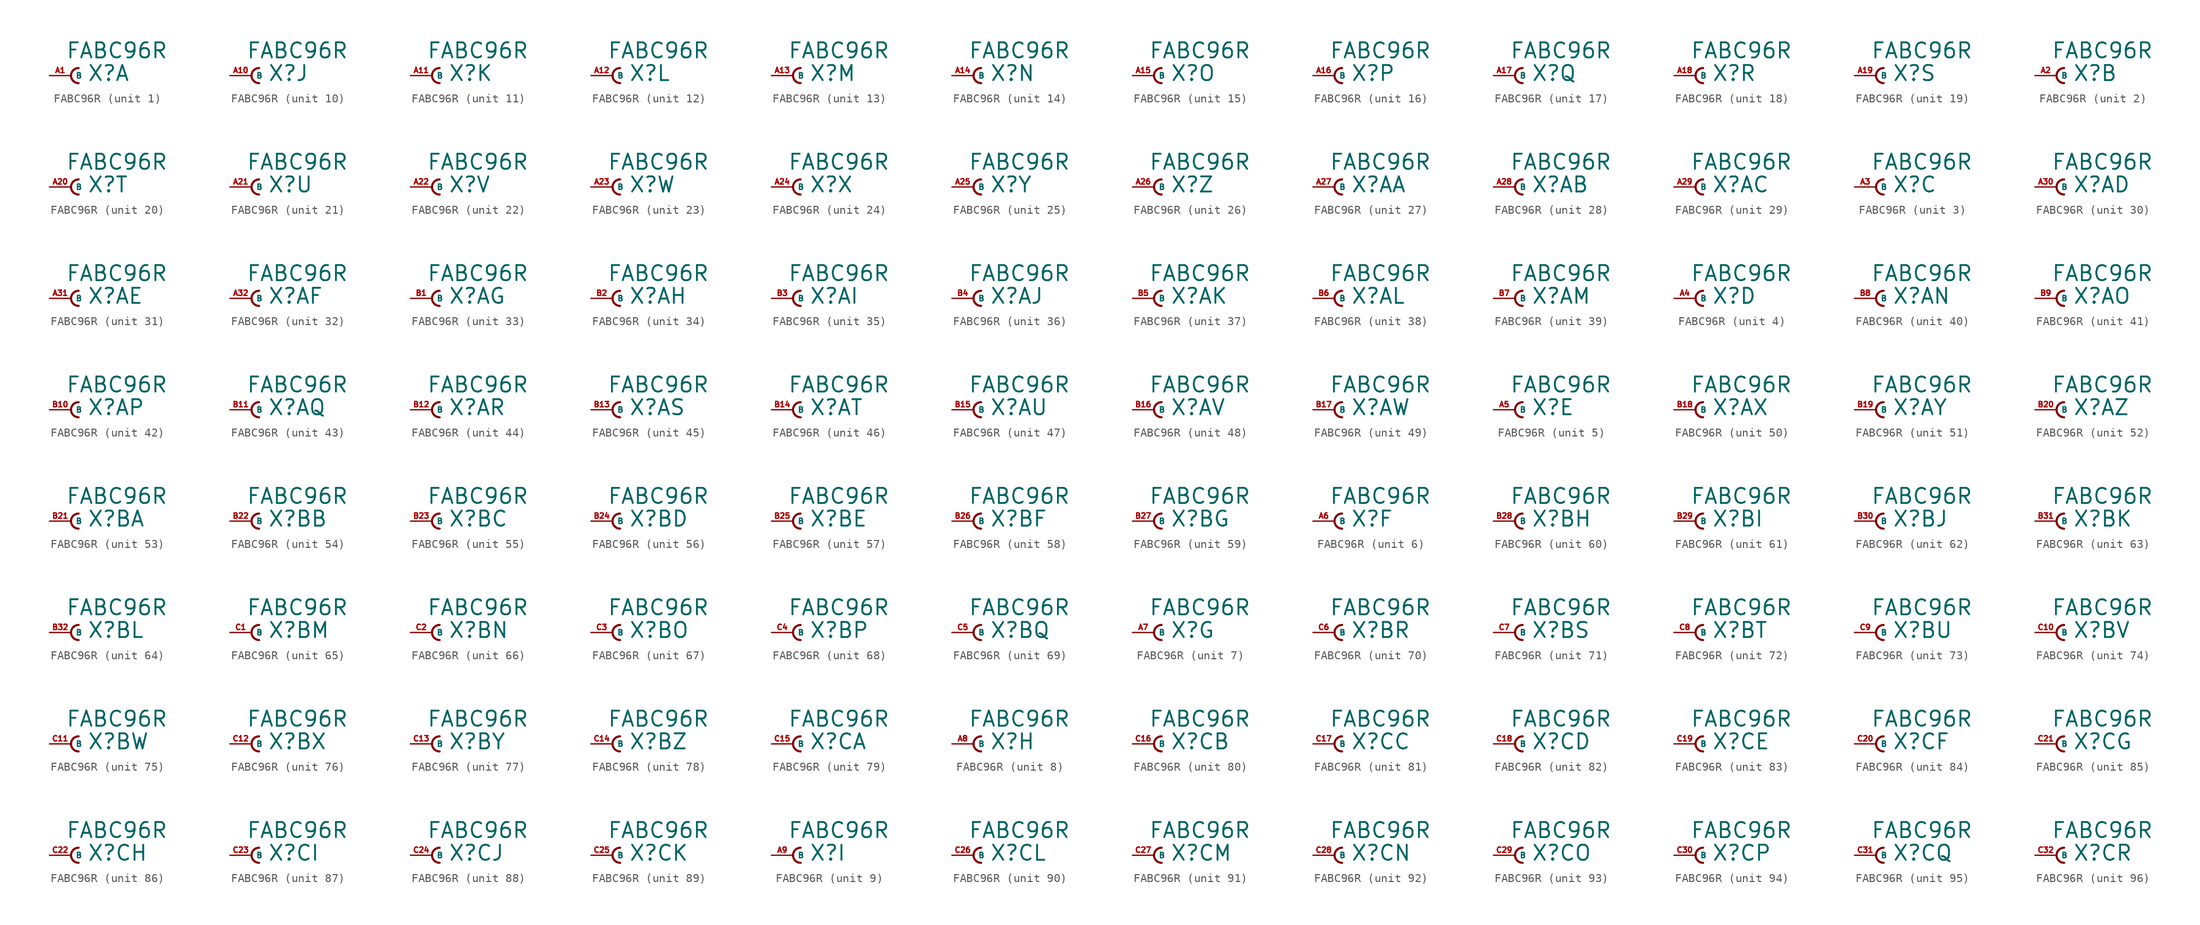
<source format=kicad_sym>
(kicad_symbol_lib
  (version 20220914)
  (generator Eagle2Kicad)
  (symbol "FABC96R"
    (property "Reference" "X"
      (at 1.905 -0.762 0)
      (effects (font (size 1.778 1.778) (thickness 0.22)) (justify left bottom)))
    (property "Value" "FABC96R"
      (at -0.635 1.905 0)
      (effects (font (size 1.778 1.778) (thickness 0.22)) (justify left bottom)))
    (symbol "FABC96R_1_0"
      (arc (start 0.889 0.889) (mid 0.000 0.000) (end 0.889 -0.889) (stroke (width 0.254) (type default)) (fill (type none)))
      (pin passive line (at -2.54 0 0) (length 2.54) (name "B" (effects (font (size 0.635 0.635) (thickness 0.08)) (justify left bottom))) (number "A1" (effects (font (size 0.635 0.635) (thickness 0.08)) (justify left bottom)))))
    (symbol "FABC96R_2_0"
      (arc (start 0.889 0.889) (mid 0.000 0.000) (end 0.889 -0.889) (stroke (width 0.254) (type default)) (fill (type none)))
      (pin passive line (at -2.54 0 0) (length 2.54) (name "B" (effects (font (size 0.635 0.635) (thickness 0.08)) (justify left bottom))) (number "A2" (effects (font (size 0.635 0.635) (thickness 0.08)) (justify left bottom)))))
    (symbol "FABC96R_3_0"
      (arc (start 0.889 0.889) (mid 0.000 0.000) (end 0.889 -0.889) (stroke (width 0.254) (type default)) (fill (type none)))
      (pin passive line (at -2.54 0 0) (length 2.54) (name "B" (effects (font (size 0.635 0.635) (thickness 0.08)) (justify left bottom))) (number "A3" (effects (font (size 0.635 0.635) (thickness 0.08)) (justify left bottom)))))
    (symbol "FABC96R_4_0"
      (arc (start 0.889 0.889) (mid 0.000 0.000) (end 0.889 -0.889) (stroke (width 0.254) (type default)) (fill (type none)))
      (pin passive line (at -2.54 0 0) (length 2.54) (name "B" (effects (font (size 0.635 0.635) (thickness 0.08)) (justify left bottom))) (number "A4" (effects (font (size 0.635 0.635) (thickness 0.08)) (justify left bottom)))))
    (symbol "FABC96R_5_0"
      (arc (start 0.889 0.889) (mid 0.000 0.000) (end 0.889 -0.889) (stroke (width 0.254) (type default)) (fill (type none)))
      (pin passive line (at -2.54 0 0) (length 2.54) (name "B" (effects (font (size 0.635 0.635) (thickness 0.08)) (justify left bottom))) (number "A5" (effects (font (size 0.635 0.635) (thickness 0.08)) (justify left bottom)))))
    (symbol "FABC96R_6_0"
      (arc (start 0.889 0.889) (mid 0.000 0.000) (end 0.889 -0.889) (stroke (width 0.254) (type default)) (fill (type none)))
      (pin passive line (at -2.54 0 0) (length 2.54) (name "B" (effects (font (size 0.635 0.635) (thickness 0.08)) (justify left bottom))) (number "A6" (effects (font (size 0.635 0.635) (thickness 0.08)) (justify left bottom)))))
    (symbol "FABC96R_7_0"
      (arc (start 0.889 0.889) (mid 0.000 0.000) (end 0.889 -0.889) (stroke (width 0.254) (type default)) (fill (type none)))
      (pin passive line (at -2.54 0 0) (length 2.54) (name "B" (effects (font (size 0.635 0.635) (thickness 0.08)) (justify left bottom))) (number "A7" (effects (font (size 0.635 0.635) (thickness 0.08)) (justify left bottom)))))
    (symbol "FABC96R_8_0"
      (arc (start 0.889 0.889) (mid 0.000 0.000) (end 0.889 -0.889) (stroke (width 0.254) (type default)) (fill (type none)))
      (pin passive line (at -2.54 0 0) (length 2.54) (name "B" (effects (font (size 0.635 0.635) (thickness 0.08)) (justify left bottom))) (number "A8" (effects (font (size 0.635 0.635) (thickness 0.08)) (justify left bottom)))))
    (symbol "FABC96R_9_0"
      (arc (start 0.889 0.889) (mid 0.000 0.000) (end 0.889 -0.889) (stroke (width 0.254) (type default)) (fill (type none)))
      (pin passive line (at -2.54 0 0) (length 2.54) (name "B" (effects (font (size 0.635 0.635) (thickness 0.08)) (justify left bottom))) (number "A9" (effects (font (size 0.635 0.635) (thickness 0.08)) (justify left bottom)))))
    (symbol "FABC96R_10_0"
      (arc (start 0.889 0.889) (mid 0.000 0.000) (end 0.889 -0.889) (stroke (width 0.254) (type default)) (fill (type none)))
      (pin passive line (at -2.54 0 0) (length 2.54) (name "B" (effects (font (size 0.635 0.635) (thickness 0.08)) (justify left bottom))) (number "A10" (effects (font (size 0.635 0.635) (thickness 0.08)) (justify left bottom)))))
    (symbol "FABC96R_11_0"
      (arc (start 0.889 0.889) (mid 0.000 0.000) (end 0.889 -0.889) (stroke (width 0.254) (type default)) (fill (type none)))
      (pin passive line (at -2.54 0 0) (length 2.54) (name "B" (effects (font (size 0.635 0.635) (thickness 0.08)) (justify left bottom))) (number "A11" (effects (font (size 0.635 0.635) (thickness 0.08)) (justify left bottom)))))
    (symbol "FABC96R_12_0"
      (arc (start 0.889 0.889) (mid 0.000 0.000) (end 0.889 -0.889) (stroke (width 0.254) (type default)) (fill (type none)))
      (pin passive line (at -2.54 0 0) (length 2.54) (name "B" (effects (font (size 0.635 0.635) (thickness 0.08)) (justify left bottom))) (number "A12" (effects (font (size 0.635 0.635) (thickness 0.08)) (justify left bottom)))))
    (symbol "FABC96R_13_0"
      (arc (start 0.889 0.889) (mid 0.000 0.000) (end 0.889 -0.889) (stroke (width 0.254) (type default)) (fill (type none)))
      (pin passive line (at -2.54 0 0) (length 2.54) (name "B" (effects (font (size 0.635 0.635) (thickness 0.08)) (justify left bottom))) (number "A13" (effects (font (size 0.635 0.635) (thickness 0.08)) (justify left bottom)))))
    (symbol "FABC96R_14_0"
      (arc (start 0.889 0.889) (mid 0.000 0.000) (end 0.889 -0.889) (stroke (width 0.254) (type default)) (fill (type none)))
      (pin passive line (at -2.54 0 0) (length 2.54) (name "B" (effects (font (size 0.635 0.635) (thickness 0.08)) (justify left bottom))) (number "A14" (effects (font (size 0.635 0.635) (thickness 0.08)) (justify left bottom)))))
    (symbol "FABC96R_15_0"
      (arc (start 0.889 0.889) (mid 0.000 0.000) (end 0.889 -0.889) (stroke (width 0.254) (type default)) (fill (type none)))
      (pin passive line (at -2.54 0 0) (length 2.54) (name "B" (effects (font (size 0.635 0.635) (thickness 0.08)) (justify left bottom))) (number "A15" (effects (font (size 0.635 0.635) (thickness 0.08)) (justify left bottom)))))
    (symbol "FABC96R_16_0"
      (arc (start 0.889 0.889) (mid 0.000 0.000) (end 0.889 -0.889) (stroke (width 0.254) (type default)) (fill (type none)))
      (pin passive line (at -2.54 0 0) (length 2.54) (name "B" (effects (font (size 0.635 0.635) (thickness 0.08)) (justify left bottom))) (number "A16" (effects (font (size 0.635 0.635) (thickness 0.08)) (justify left bottom)))))
    (symbol "FABC96R_17_0"
      (arc (start 0.889 0.889) (mid 0.000 0.000) (end 0.889 -0.889) (stroke (width 0.254) (type default)) (fill (type none)))
      (pin passive line (at -2.54 0 0) (length 2.54) (name "B" (effects (font (size 0.635 0.635) (thickness 0.08)) (justify left bottom))) (number "A17" (effects (font (size 0.635 0.635) (thickness 0.08)) (justify left bottom)))))
    (symbol "FABC96R_18_0"
      (arc (start 0.889 0.889) (mid 0.000 0.000) (end 0.889 -0.889) (stroke (width 0.254) (type default)) (fill (type none)))
      (pin passive line (at -2.54 0 0) (length 2.54) (name "B" (effects (font (size 0.635 0.635) (thickness 0.08)) (justify left bottom))) (number "A18" (effects (font (size 0.635 0.635) (thickness 0.08)) (justify left bottom)))))
    (symbol "FABC96R_19_0"
      (arc (start 0.889 0.889) (mid 0.000 0.000) (end 0.889 -0.889) (stroke (width 0.254) (type default)) (fill (type none)))
      (pin passive line (at -2.54 0 0) (length 2.54) (name "B" (effects (font (size 0.635 0.635) (thickness 0.08)) (justify left bottom))) (number "A19" (effects (font (size 0.635 0.635) (thickness 0.08)) (justify left bottom)))))
    (symbol "FABC96R_20_0"
      (arc (start 0.889 0.889) (mid 0.000 0.000) (end 0.889 -0.889) (stroke (width 0.254) (type default)) (fill (type none)))
      (pin passive line (at -2.54 0 0) (length 2.54) (name "B" (effects (font (size 0.635 0.635) (thickness 0.08)) (justify left bottom))) (number "A20" (effects (font (size 0.635 0.635) (thickness 0.08)) (justify left bottom)))))
    (symbol "FABC96R_21_0"
      (arc (start 0.889 0.889) (mid 0.000 0.000) (end 0.889 -0.889) (stroke (width 0.254) (type default)) (fill (type none)))
      (pin passive line (at -2.54 0 0) (length 2.54) (name "B" (effects (font (size 0.635 0.635) (thickness 0.08)) (justify left bottom))) (number "A21" (effects (font (size 0.635 0.635) (thickness 0.08)) (justify left bottom)))))
    (symbol "FABC96R_22_0"
      (arc (start 0.889 0.889) (mid 0.000 0.000) (end 0.889 -0.889) (stroke (width 0.254) (type default)) (fill (type none)))
      (pin passive line (at -2.54 0 0) (length 2.54) (name "B" (effects (font (size 0.635 0.635) (thickness 0.08)) (justify left bottom))) (number "A22" (effects (font (size 0.635 0.635) (thickness 0.08)) (justify left bottom)))))
    (symbol "FABC96R_23_0"
      (arc (start 0.889 0.889) (mid 0.000 0.000) (end 0.889 -0.889) (stroke (width 0.254) (type default)) (fill (type none)))
      (pin passive line (at -2.54 0 0) (length 2.54) (name "B" (effects (font (size 0.635 0.635) (thickness 0.08)) (justify left bottom))) (number "A23" (effects (font (size 0.635 0.635) (thickness 0.08)) (justify left bottom)))))
    (symbol "FABC96R_24_0"
      (arc (start 0.889 0.889) (mid 0.000 0.000) (end 0.889 -0.889) (stroke (width 0.254) (type default)) (fill (type none)))
      (pin passive line (at -2.54 0 0) (length 2.54) (name "B" (effects (font (size 0.635 0.635) (thickness 0.08)) (justify left bottom))) (number "A24" (effects (font (size 0.635 0.635) (thickness 0.08)) (justify left bottom)))))
    (symbol "FABC96R_25_0"
      (arc (start 0.889 0.889) (mid 0.000 0.000) (end 0.889 -0.889) (stroke (width 0.254) (type default)) (fill (type none)))
      (pin passive line (at -2.54 0 0) (length 2.54) (name "B" (effects (font (size 0.635 0.635) (thickness 0.08)) (justify left bottom))) (number "A25" (effects (font (size 0.635 0.635) (thickness 0.08)) (justify left bottom)))))
    (symbol "FABC96R_26_0"
      (arc (start 0.889 0.889) (mid 0.000 0.000) (end 0.889 -0.889) (stroke (width 0.254) (type default)) (fill (type none)))
      (pin passive line (at -2.54 0 0) (length 2.54) (name "B" (effects (font (size 0.635 0.635) (thickness 0.08)) (justify left bottom))) (number "A26" (effects (font (size 0.635 0.635) (thickness 0.08)) (justify left bottom)))))
    (symbol "FABC96R_27_0"
      (arc (start 0.889 0.889) (mid 0.000 0.000) (end 0.889 -0.889) (stroke (width 0.254) (type default)) (fill (type none)))
      (pin passive line (at -2.54 0 0) (length 2.54) (name "B" (effects (font (size 0.635 0.635) (thickness 0.08)) (justify left bottom))) (number "A27" (effects (font (size 0.635 0.635) (thickness 0.08)) (justify left bottom)))))
    (symbol "FABC96R_28_0"
      (arc (start 0.889 0.889) (mid 0.000 0.000) (end 0.889 -0.889) (stroke (width 0.254) (type default)) (fill (type none)))
      (pin passive line (at -2.54 0 0) (length 2.54) (name "B" (effects (font (size 0.635 0.635) (thickness 0.08)) (justify left bottom))) (number "A28" (effects (font (size 0.635 0.635) (thickness 0.08)) (justify left bottom)))))
    (symbol "FABC96R_29_0"
      (arc (start 0.889 0.889) (mid 0.000 0.000) (end 0.889 -0.889) (stroke (width 0.254) (type default)) (fill (type none)))
      (pin passive line (at -2.54 0 0) (length 2.54) (name "B" (effects (font (size 0.635 0.635) (thickness 0.08)) (justify left bottom))) (number "A29" (effects (font (size 0.635 0.635) (thickness 0.08)) (justify left bottom)))))
    (symbol "FABC96R_30_0"
      (arc (start 0.889 0.889) (mid 0.000 0.000) (end 0.889 -0.889) (stroke (width 0.254) (type default)) (fill (type none)))
      (pin passive line (at -2.54 0 0) (length 2.54) (name "B" (effects (font (size 0.635 0.635) (thickness 0.08)) (justify left bottom))) (number "A30" (effects (font (size 0.635 0.635) (thickness 0.08)) (justify left bottom)))))
    (symbol "FABC96R_31_0"
      (arc (start 0.889 0.889) (mid 0.000 0.000) (end 0.889 -0.889) (stroke (width 0.254) (type default)) (fill (type none)))
      (pin passive line (at -2.54 0 0) (length 2.54) (name "B" (effects (font (size 0.635 0.635) (thickness 0.08)) (justify left bottom))) (number "A31" (effects (font (size 0.635 0.635) (thickness 0.08)) (justify left bottom)))))
    (symbol "FABC96R_32_0"
      (arc (start 0.889 0.889) (mid 0.000 0.000) (end 0.889 -0.889) (stroke (width 0.254) (type default)) (fill (type none)))
      (pin passive line (at -2.54 0 0) (length 2.54) (name "B" (effects (font (size 0.635 0.635) (thickness 0.08)) (justify left bottom))) (number "A32" (effects (font (size 0.635 0.635) (thickness 0.08)) (justify left bottom)))))
    (symbol "FABC96R_33_0"
      (arc (start 0.889 0.889) (mid 0.000 0.000) (end 0.889 -0.889) (stroke (width 0.254) (type default)) (fill (type none)))
      (pin passive line (at -2.54 0 0) (length 2.54) (name "B" (effects (font (size 0.635 0.635) (thickness 0.08)) (justify left bottom))) (number "B1" (effects (font (size 0.635 0.635) (thickness 0.08)) (justify left bottom)))))
    (symbol "FABC96R_34_0"
      (arc (start 0.889 0.889) (mid 0.000 0.000) (end 0.889 -0.889) (stroke (width 0.254) (type default)) (fill (type none)))
      (pin passive line (at -2.54 0 0) (length 2.54) (name "B" (effects (font (size 0.635 0.635) (thickness 0.08)) (justify left bottom))) (number "B2" (effects (font (size 0.635 0.635) (thickness 0.08)) (justify left bottom)))))
    (symbol "FABC96R_35_0"
      (arc (start 0.889 0.889) (mid 0.000 0.000) (end 0.889 -0.889) (stroke (width 0.254) (type default)) (fill (type none)))
      (pin passive line (at -2.54 0 0) (length 2.54) (name "B" (effects (font (size 0.635 0.635) (thickness 0.08)) (justify left bottom))) (number "B3" (effects (font (size 0.635 0.635) (thickness 0.08)) (justify left bottom)))))
    (symbol "FABC96R_36_0"
      (arc (start 0.889 0.889) (mid 0.000 0.000) (end 0.889 -0.889) (stroke (width 0.254) (type default)) (fill (type none)))
      (pin passive line (at -2.54 0 0) (length 2.54) (name "B" (effects (font (size 0.635 0.635) (thickness 0.08)) (justify left bottom))) (number "B4" (effects (font (size 0.635 0.635) (thickness 0.08)) (justify left bottom)))))
    (symbol "FABC96R_37_0"
      (arc (start 0.889 0.889) (mid 0.000 0.000) (end 0.889 -0.889) (stroke (width 0.254) (type default)) (fill (type none)))
      (pin passive line (at -2.54 0 0) (length 2.54) (name "B" (effects (font (size 0.635 0.635) (thickness 0.08)) (justify left bottom))) (number "B5" (effects (font (size 0.635 0.635) (thickness 0.08)) (justify left bottom)))))
    (symbol "FABC96R_38_0"
      (arc (start 0.889 0.889) (mid 0.000 0.000) (end 0.889 -0.889) (stroke (width 0.254) (type default)) (fill (type none)))
      (pin passive line (at -2.54 0 0) (length 2.54) (name "B" (effects (font (size 0.635 0.635) (thickness 0.08)) (justify left bottom))) (number "B6" (effects (font (size 0.635 0.635) (thickness 0.08)) (justify left bottom)))))
    (symbol "FABC96R_39_0"
      (arc (start 0.889 0.889) (mid 0.000 0.000) (end 0.889 -0.889) (stroke (width 0.254) (type default)) (fill (type none)))
      (pin passive line (at -2.54 0 0) (length 2.54) (name "B" (effects (font (size 0.635 0.635) (thickness 0.08)) (justify left bottom))) (number "B7" (effects (font (size 0.635 0.635) (thickness 0.08)) (justify left bottom)))))
    (symbol "FABC96R_40_0"
      (arc (start 0.889 0.889) (mid 0.000 0.000) (end 0.889 -0.889) (stroke (width 0.254) (type default)) (fill (type none)))
      (pin passive line (at -2.54 0 0) (length 2.54) (name "B" (effects (font (size 0.635 0.635) (thickness 0.08)) (justify left bottom))) (number "B8" (effects (font (size 0.635 0.635) (thickness 0.08)) (justify left bottom)))))
    (symbol "FABC96R_41_0"
      (arc (start 0.889 0.889) (mid 0.000 0.000) (end 0.889 -0.889) (stroke (width 0.254) (type default)) (fill (type none)))
      (pin passive line (at -2.54 0 0) (length 2.54) (name "B" (effects (font (size 0.635 0.635) (thickness 0.08)) (justify left bottom))) (number "B9" (effects (font (size 0.635 0.635) (thickness 0.08)) (justify left bottom)))))
    (symbol "FABC96R_42_0"
      (arc (start 0.889 0.889) (mid 0.000 0.000) (end 0.889 -0.889) (stroke (width 0.254) (type default)) (fill (type none)))
      (pin passive line (at -2.54 0 0) (length 2.54) (name "B" (effects (font (size 0.635 0.635) (thickness 0.08)) (justify left bottom))) (number "B10" (effects (font (size 0.635 0.635) (thickness 0.08)) (justify left bottom)))))
    (symbol "FABC96R_43_0"
      (arc (start 0.889 0.889) (mid 0.000 0.000) (end 0.889 -0.889) (stroke (width 0.254) (type default)) (fill (type none)))
      (pin passive line (at -2.54 0 0) (length 2.54) (name "B" (effects (font (size 0.635 0.635) (thickness 0.08)) (justify left bottom))) (number "B11" (effects (font (size 0.635 0.635) (thickness 0.08)) (justify left bottom)))))
    (symbol "FABC96R_44_0"
      (arc (start 0.889 0.889) (mid 0.000 0.000) (end 0.889 -0.889) (stroke (width 0.254) (type default)) (fill (type none)))
      (pin passive line (at -2.54 0 0) (length 2.54) (name "B" (effects (font (size 0.635 0.635) (thickness 0.08)) (justify left bottom))) (number "B12" (effects (font (size 0.635 0.635) (thickness 0.08)) (justify left bottom)))))
    (symbol "FABC96R_45_0"
      (arc (start 0.889 0.889) (mid 0.000 0.000) (end 0.889 -0.889) (stroke (width 0.254) (type default)) (fill (type none)))
      (pin passive line (at -2.54 0 0) (length 2.54) (name "B" (effects (font (size 0.635 0.635) (thickness 0.08)) (justify left bottom))) (number "B13" (effects (font (size 0.635 0.635) (thickness 0.08)) (justify left bottom)))))
    (symbol "FABC96R_46_0"
      (arc (start 0.889 0.889) (mid 0.000 0.000) (end 0.889 -0.889) (stroke (width 0.254) (type default)) (fill (type none)))
      (pin passive line (at -2.54 0 0) (length 2.54) (name "B" (effects (font (size 0.635 0.635) (thickness 0.08)) (justify left bottom))) (number "B14" (effects (font (size 0.635 0.635) (thickness 0.08)) (justify left bottom)))))
    (symbol "FABC96R_47_0"
      (arc (start 0.889 0.889) (mid 0.000 0.000) (end 0.889 -0.889) (stroke (width 0.254) (type default)) (fill (type none)))
      (pin passive line (at -2.54 0 0) (length 2.54) (name "B" (effects (font (size 0.635 0.635) (thickness 0.08)) (justify left bottom))) (number "B15" (effects (font (size 0.635 0.635) (thickness 0.08)) (justify left bottom)))))
    (symbol "FABC96R_48_0"
      (arc (start 0.889 0.889) (mid 0.000 0.000) (end 0.889 -0.889) (stroke (width 0.254) (type default)) (fill (type none)))
      (pin passive line (at -2.54 0 0) (length 2.54) (name "B" (effects (font (size 0.635 0.635) (thickness 0.08)) (justify left bottom))) (number "B16" (effects (font (size 0.635 0.635) (thickness 0.08)) (justify left bottom)))))
    (symbol "FABC96R_49_0"
      (arc (start 0.889 0.889) (mid 0.000 0.000) (end 0.889 -0.889) (stroke (width 0.254) (type default)) (fill (type none)))
      (pin passive line (at -2.54 0 0) (length 2.54) (name "B" (effects (font (size 0.635 0.635) (thickness 0.08)) (justify left bottom))) (number "B17" (effects (font (size 0.635 0.635) (thickness 0.08)) (justify left bottom)))))
    (symbol "FABC96R_50_0"
      (arc (start 0.889 0.889) (mid 0.000 0.000) (end 0.889 -0.889) (stroke (width 0.254) (type default)) (fill (type none)))
      (pin passive line (at -2.54 0 0) (length 2.54) (name "B" (effects (font (size 0.635 0.635) (thickness 0.08)) (justify left bottom))) (number "B18" (effects (font (size 0.635 0.635) (thickness 0.08)) (justify left bottom)))))
    (symbol "FABC96R_51_0"
      (arc (start 0.889 0.889) (mid 0.000 0.000) (end 0.889 -0.889) (stroke (width 0.254) (type default)) (fill (type none)))
      (pin passive line (at -2.54 0 0) (length 2.54) (name "B" (effects (font (size 0.635 0.635) (thickness 0.08)) (justify left bottom))) (number "B19" (effects (font (size 0.635 0.635) (thickness 0.08)) (justify left bottom)))))
    (symbol "FABC96R_52_0"
      (arc (start 0.889 0.889) (mid 0.000 0.000) (end 0.889 -0.889) (stroke (width 0.254) (type default)) (fill (type none)))
      (pin passive line (at -2.54 0 0) (length 2.54) (name "B" (effects (font (size 0.635 0.635) (thickness 0.08)) (justify left bottom))) (number "B20" (effects (font (size 0.635 0.635) (thickness 0.08)) (justify left bottom)))))
    (symbol "FABC96R_53_0"
      (arc (start 0.889 0.889) (mid 0.000 0.000) (end 0.889 -0.889) (stroke (width 0.254) (type default)) (fill (type none)))
      (pin passive line (at -2.54 0 0) (length 2.54) (name "B" (effects (font (size 0.635 0.635) (thickness 0.08)) (justify left bottom))) (number "B21" (effects (font (size 0.635 0.635) (thickness 0.08)) (justify left bottom)))))
    (symbol "FABC96R_54_0"
      (arc (start 0.889 0.889) (mid 0.000 0.000) (end 0.889 -0.889) (stroke (width 0.254) (type default)) (fill (type none)))
      (pin passive line (at -2.54 0 0) (length 2.54) (name "B" (effects (font (size 0.635 0.635) (thickness 0.08)) (justify left bottom))) (number "B22" (effects (font (size 0.635 0.635) (thickness 0.08)) (justify left bottom)))))
    (symbol "FABC96R_55_0"
      (arc (start 0.889 0.889) (mid 0.000 0.000) (end 0.889 -0.889) (stroke (width 0.254) (type default)) (fill (type none)))
      (pin passive line (at -2.54 0 0) (length 2.54) (name "B" (effects (font (size 0.635 0.635) (thickness 0.08)) (justify left bottom))) (number "B23" (effects (font (size 0.635 0.635) (thickness 0.08)) (justify left bottom)))))
    (symbol "FABC96R_56_0"
      (arc (start 0.889 0.889) (mid 0.000 0.000) (end 0.889 -0.889) (stroke (width 0.254) (type default)) (fill (type none)))
      (pin passive line (at -2.54 0 0) (length 2.54) (name "B" (effects (font (size 0.635 0.635) (thickness 0.08)) (justify left bottom))) (number "B24" (effects (font (size 0.635 0.635) (thickness 0.08)) (justify left bottom)))))
    (symbol "FABC96R_57_0"
      (arc (start 0.889 0.889) (mid 0.000 0.000) (end 0.889 -0.889) (stroke (width 0.254) (type default)) (fill (type none)))
      (pin passive line (at -2.54 0 0) (length 2.54) (name "B" (effects (font (size 0.635 0.635) (thickness 0.08)) (justify left bottom))) (number "B25" (effects (font (size 0.635 0.635) (thickness 0.08)) (justify left bottom)))))
    (symbol "FABC96R_58_0"
      (arc (start 0.889 0.889) (mid 0.000 0.000) (end 0.889 -0.889) (stroke (width 0.254) (type default)) (fill (type none)))
      (pin passive line (at -2.54 0 0) (length 2.54) (name "B" (effects (font (size 0.635 0.635) (thickness 0.08)) (justify left bottom))) (number "B26" (effects (font (size 0.635 0.635) (thickness 0.08)) (justify left bottom)))))
    (symbol "FABC96R_59_0"
      (arc (start 0.889 0.889) (mid 0.000 0.000) (end 0.889 -0.889) (stroke (width 0.254) (type default)) (fill (type none)))
      (pin passive line (at -2.54 0 0) (length 2.54) (name "B" (effects (font (size 0.635 0.635) (thickness 0.08)) (justify left bottom))) (number "B27" (effects (font (size 0.635 0.635) (thickness 0.08)) (justify left bottom)))))
    (symbol "FABC96R_60_0"
      (arc (start 0.889 0.889) (mid 0.000 0.000) (end 0.889 -0.889) (stroke (width 0.254) (type default)) (fill (type none)))
      (pin passive line (at -2.54 0 0) (length 2.54) (name "B" (effects (font (size 0.635 0.635) (thickness 0.08)) (justify left bottom))) (number "B28" (effects (font (size 0.635 0.635) (thickness 0.08)) (justify left bottom)))))
    (symbol "FABC96R_61_0"
      (arc (start 0.889 0.889) (mid 0.000 0.000) (end 0.889 -0.889) (stroke (width 0.254) (type default)) (fill (type none)))
      (pin passive line (at -2.54 0 0) (length 2.54) (name "B" (effects (font (size 0.635 0.635) (thickness 0.08)) (justify left bottom))) (number "B29" (effects (font (size 0.635 0.635) (thickness 0.08)) (justify left bottom)))))
    (symbol "FABC96R_62_0"
      (arc (start 0.889 0.889) (mid 0.000 0.000) (end 0.889 -0.889) (stroke (width 0.254) (type default)) (fill (type none)))
      (pin passive line (at -2.54 0 0) (length 2.54) (name "B" (effects (font (size 0.635 0.635) (thickness 0.08)) (justify left bottom))) (number "B30" (effects (font (size 0.635 0.635) (thickness 0.08)) (justify left bottom)))))
    (symbol "FABC96R_63_0"
      (arc (start 0.889 0.889) (mid 0.000 0.000) (end 0.889 -0.889) (stroke (width 0.254) (type default)) (fill (type none)))
      (pin passive line (at -2.54 0 0) (length 2.54) (name "B" (effects (font (size 0.635 0.635) (thickness 0.08)) (justify left bottom))) (number "B31" (effects (font (size 0.635 0.635) (thickness 0.08)) (justify left bottom)))))
    (symbol "FABC96R_64_0"
      (arc (start 0.889 0.889) (mid 0.000 0.000) (end 0.889 -0.889) (stroke (width 0.254) (type default)) (fill (type none)))
      (pin passive line (at -2.54 0 0) (length 2.54) (name "B" (effects (font (size 0.635 0.635) (thickness 0.08)) (justify left bottom))) (number "B32" (effects (font (size 0.635 0.635) (thickness 0.08)) (justify left bottom)))))
    (symbol "FABC96R_65_0"
      (arc (start 0.889 0.889) (mid 0.000 0.000) (end 0.889 -0.889) (stroke (width 0.254) (type default)) (fill (type none)))
      (pin passive line (at -2.54 0 0) (length 2.54) (name "B" (effects (font (size 0.635 0.635) (thickness 0.08)) (justify left bottom))) (number "C1" (effects (font (size 0.635 0.635) (thickness 0.08)) (justify left bottom)))))
    (symbol "FABC96R_66_0"
      (arc (start 0.889 0.889) (mid 0.000 0.000) (end 0.889 -0.889) (stroke (width 0.254) (type default)) (fill (type none)))
      (pin passive line (at -2.54 0 0) (length 2.54) (name "B" (effects (font (size 0.635 0.635) (thickness 0.08)) (justify left bottom))) (number "C2" (effects (font (size 0.635 0.635) (thickness 0.08)) (justify left bottom)))))
    (symbol "FABC96R_67_0"
      (arc (start 0.889 0.889) (mid 0.000 0.000) (end 0.889 -0.889) (stroke (width 0.254) (type default)) (fill (type none)))
      (pin passive line (at -2.54 0 0) (length 2.54) (name "B" (effects (font (size 0.635 0.635) (thickness 0.08)) (justify left bottom))) (number "C3" (effects (font (size 0.635 0.635) (thickness 0.08)) (justify left bottom)))))
    (symbol "FABC96R_68_0"
      (arc (start 0.889 0.889) (mid 0.000 0.000) (end 0.889 -0.889) (stroke (width 0.254) (type default)) (fill (type none)))
      (pin passive line (at -2.54 0 0) (length 2.54) (name "B" (effects (font (size 0.635 0.635) (thickness 0.08)) (justify left bottom))) (number "C4" (effects (font (size 0.635 0.635) (thickness 0.08)) (justify left bottom)))))
    (symbol "FABC96R_69_0"
      (arc (start 0.889 0.889) (mid 0.000 0.000) (end 0.889 -0.889) (stroke (width 0.254) (type default)) (fill (type none)))
      (pin passive line (at -2.54 0 0) (length 2.54) (name "B" (effects (font (size 0.635 0.635) (thickness 0.08)) (justify left bottom))) (number "C5" (effects (font (size 0.635 0.635) (thickness 0.08)) (justify left bottom)))))
    (symbol "FABC96R_70_0"
      (arc (start 0.889 0.889) (mid 0.000 0.000) (end 0.889 -0.889) (stroke (width 0.254) (type default)) (fill (type none)))
      (pin passive line (at -2.54 0 0) (length 2.54) (name "B" (effects (font (size 0.635 0.635) (thickness 0.08)) (justify left bottom))) (number "C6" (effects (font (size 0.635 0.635) (thickness 0.08)) (justify left bottom)))))
    (symbol "FABC96R_71_0"
      (arc (start 0.889 0.889) (mid 0.000 0.000) (end 0.889 -0.889) (stroke (width 0.254) (type default)) (fill (type none)))
      (pin passive line (at -2.54 0 0) (length 2.54) (name "B" (effects (font (size 0.635 0.635) (thickness 0.08)) (justify left bottom))) (number "C7" (effects (font (size 0.635 0.635) (thickness 0.08)) (justify left bottom)))))
    (symbol "FABC96R_72_0"
      (arc (start 0.889 0.889) (mid 0.000 0.000) (end 0.889 -0.889) (stroke (width 0.254) (type default)) (fill (type none)))
      (pin passive line (at -2.54 0 0) (length 2.54) (name "B" (effects (font (size 0.635 0.635) (thickness 0.08)) (justify left bottom))) (number "C8" (effects (font (size 0.635 0.635) (thickness 0.08)) (justify left bottom)))))
    (symbol "FABC96R_73_0"
      (arc (start 0.889 0.889) (mid 0.000 0.000) (end 0.889 -0.889) (stroke (width 0.254) (type default)) (fill (type none)))
      (pin passive line (at -2.54 0 0) (length 2.54) (name "B" (effects (font (size 0.635 0.635) (thickness 0.08)) (justify left bottom))) (number "C9" (effects (font (size 0.635 0.635) (thickness 0.08)) (justify left bottom)))))
    (symbol "FABC96R_74_0"
      (arc (start 0.889 0.889) (mid 0.000 0.000) (end 0.889 -0.889) (stroke (width 0.254) (type default)) (fill (type none)))
      (pin passive line (at -2.54 0 0) (length 2.54) (name "B" (effects (font (size 0.635 0.635) (thickness 0.08)) (justify left bottom))) (number "C10" (effects (font (size 0.635 0.635) (thickness 0.08)) (justify left bottom)))))
    (symbol "FABC96R_75_0"
      (arc (start 0.889 0.889) (mid 0.000 0.000) (end 0.889 -0.889) (stroke (width 0.254) (type default)) (fill (type none)))
      (pin passive line (at -2.54 0 0) (length 2.54) (name "B" (effects (font (size 0.635 0.635) (thickness 0.08)) (justify left bottom))) (number "C11" (effects (font (size 0.635 0.635) (thickness 0.08)) (justify left bottom)))))
    (symbol "FABC96R_76_0"
      (arc (start 0.889 0.889) (mid 0.000 0.000) (end 0.889 -0.889) (stroke (width 0.254) (type default)) (fill (type none)))
      (pin passive line (at -2.54 0 0) (length 2.54) (name "B" (effects (font (size 0.635 0.635) (thickness 0.08)) (justify left bottom))) (number "C12" (effects (font (size 0.635 0.635) (thickness 0.08)) (justify left bottom)))))
    (symbol "FABC96R_77_0"
      (arc (start 0.889 0.889) (mid 0.000 0.000) (end 0.889 -0.889) (stroke (width 0.254) (type default)) (fill (type none)))
      (pin passive line (at -2.54 0 0) (length 2.54) (name "B" (effects (font (size 0.635 0.635) (thickness 0.08)) (justify left bottom))) (number "C13" (effects (font (size 0.635 0.635) (thickness 0.08)) (justify left bottom)))))
    (symbol "FABC96R_78_0"
      (arc (start 0.889 0.889) (mid 0.000 0.000) (end 0.889 -0.889) (stroke (width 0.254) (type default)) (fill (type none)))
      (pin passive line (at -2.54 0 0) (length 2.54) (name "B" (effects (font (size 0.635 0.635) (thickness 0.08)) (justify left bottom))) (number "C14" (effects (font (size 0.635 0.635) (thickness 0.08)) (justify left bottom)))))
    (symbol "FABC96R_79_0"
      (arc (start 0.889 0.889) (mid 0.000 0.000) (end 0.889 -0.889) (stroke (width 0.254) (type default)) (fill (type none)))
      (pin passive line (at -2.54 0 0) (length 2.54) (name "B" (effects (font (size 0.635 0.635) (thickness 0.08)) (justify left bottom))) (number "C15" (effects (font (size 0.635 0.635) (thickness 0.08)) (justify left bottom)))))
    (symbol "FABC96R_80_0"
      (arc (start 0.889 0.889) (mid 0.000 0.000) (end 0.889 -0.889) (stroke (width 0.254) (type default)) (fill (type none)))
      (pin passive line (at -2.54 0 0) (length 2.54) (name "B" (effects (font (size 0.635 0.635) (thickness 0.08)) (justify left bottom))) (number "C16" (effects (font (size 0.635 0.635) (thickness 0.08)) (justify left bottom)))))
    (symbol "FABC96R_81_0"
      (arc (start 0.889 0.889) (mid 0.000 0.000) (end 0.889 -0.889) (stroke (width 0.254) (type default)) (fill (type none)))
      (pin passive line (at -2.54 0 0) (length 2.54) (name "B" (effects (font (size 0.635 0.635) (thickness 0.08)) (justify left bottom))) (number "C17" (effects (font (size 0.635 0.635) (thickness 0.08)) (justify left bottom)))))
    (symbol "FABC96R_82_0"
      (arc (start 0.889 0.889) (mid 0.000 0.000) (end 0.889 -0.889) (stroke (width 0.254) (type default)) (fill (type none)))
      (pin passive line (at -2.54 0 0) (length 2.54) (name "B" (effects (font (size 0.635 0.635) (thickness 0.08)) (justify left bottom))) (number "C18" (effects (font (size 0.635 0.635) (thickness 0.08)) (justify left bottom)))))
    (symbol "FABC96R_83_0"
      (arc (start 0.889 0.889) (mid 0.000 0.000) (end 0.889 -0.889) (stroke (width 0.254) (type default)) (fill (type none)))
      (pin passive line (at -2.54 0 0) (length 2.54) (name "B" (effects (font (size 0.635 0.635) (thickness 0.08)) (justify left bottom))) (number "C19" (effects (font (size 0.635 0.635) (thickness 0.08)) (justify left bottom)))))
    (symbol "FABC96R_84_0"
      (arc (start 0.889 0.889) (mid 0.000 0.000) (end 0.889 -0.889) (stroke (width 0.254) (type default)) (fill (type none)))
      (pin passive line (at -2.54 0 0) (length 2.54) (name "B" (effects (font (size 0.635 0.635) (thickness 0.08)) (justify left bottom))) (number "C20" (effects (font (size 0.635 0.635) (thickness 0.08)) (justify left bottom)))))
    (symbol "FABC96R_85_0"
      (arc (start 0.889 0.889) (mid 0.000 0.000) (end 0.889 -0.889) (stroke (width 0.254) (type default)) (fill (type none)))
      (pin passive line (at -2.54 0 0) (length 2.54) (name "B" (effects (font (size 0.635 0.635) (thickness 0.08)) (justify left bottom))) (number "C21" (effects (font (size 0.635 0.635) (thickness 0.08)) (justify left bottom)))))
    (symbol "FABC96R_86_0"
      (arc (start 0.889 0.889) (mid 0.000 0.000) (end 0.889 -0.889) (stroke (width 0.254) (type default)) (fill (type none)))
      (pin passive line (at -2.54 0 0) (length 2.54) (name "B" (effects (font (size 0.635 0.635) (thickness 0.08)) (justify left bottom))) (number "C22" (effects (font (size 0.635 0.635) (thickness 0.08)) (justify left bottom)))))
    (symbol "FABC96R_87_0"
      (arc (start 0.889 0.889) (mid 0.000 0.000) (end 0.889 -0.889) (stroke (width 0.254) (type default)) (fill (type none)))
      (pin passive line (at -2.54 0 0) (length 2.54) (name "B" (effects (font (size 0.635 0.635) (thickness 0.08)) (justify left bottom))) (number "C23" (effects (font (size 0.635 0.635) (thickness 0.08)) (justify left bottom)))))
    (symbol "FABC96R_88_0"
      (arc (start 0.889 0.889) (mid 0.000 0.000) (end 0.889 -0.889) (stroke (width 0.254) (type default)) (fill (type none)))
      (pin passive line (at -2.54 0 0) (length 2.54) (name "B" (effects (font (size 0.635 0.635) (thickness 0.08)) (justify left bottom))) (number "C24" (effects (font (size 0.635 0.635) (thickness 0.08)) (justify left bottom)))))
    (symbol "FABC96R_89_0"
      (arc (start 0.889 0.889) (mid 0.000 0.000) (end 0.889 -0.889) (stroke (width 0.254) (type default)) (fill (type none)))
      (pin passive line (at -2.54 0 0) (length 2.54) (name "B" (effects (font (size 0.635 0.635) (thickness 0.08)) (justify left bottom))) (number "C25" (effects (font (size 0.635 0.635) (thickness 0.08)) (justify left bottom)))))
    (symbol "FABC96R_90_0"
      (arc (start 0.889 0.889) (mid 0.000 0.000) (end 0.889 -0.889) (stroke (width 0.254) (type default)) (fill (type none)))
      (pin passive line (at -2.54 0 0) (length 2.54) (name "B" (effects (font (size 0.635 0.635) (thickness 0.08)) (justify left bottom))) (number "C26" (effects (font (size 0.635 0.635) (thickness 0.08)) (justify left bottom)))))
    (symbol "FABC96R_91_0"
      (arc (start 0.889 0.889) (mid 0.000 0.000) (end 0.889 -0.889) (stroke (width 0.254) (type default)) (fill (type none)))
      (pin passive line (at -2.54 0 0) (length 2.54) (name "B" (effects (font (size 0.635 0.635) (thickness 0.08)) (justify left bottom))) (number "C27" (effects (font (size 0.635 0.635) (thickness 0.08)) (justify left bottom)))))
    (symbol "FABC96R_92_0"
      (arc (start 0.889 0.889) (mid 0.000 0.000) (end 0.889 -0.889) (stroke (width 0.254) (type default)) (fill (type none)))
      (pin passive line (at -2.54 0 0) (length 2.54) (name "B" (effects (font (size 0.635 0.635) (thickness 0.08)) (justify left bottom))) (number "C28" (effects (font (size 0.635 0.635) (thickness 0.08)) (justify left bottom)))))
    (symbol "FABC96R_93_0"
      (arc (start 0.889 0.889) (mid 0.000 0.000) (end 0.889 -0.889) (stroke (width 0.254) (type default)) (fill (type none)))
      (pin passive line (at -2.54 0 0) (length 2.54) (name "B" (effects (font (size 0.635 0.635) (thickness 0.08)) (justify left bottom))) (number "C29" (effects (font (size 0.635 0.635) (thickness 0.08)) (justify left bottom)))))
    (symbol "FABC96R_94_0"
      (arc (start 0.889 0.889) (mid 0.000 0.000) (end 0.889 -0.889) (stroke (width 0.254) (type default)) (fill (type none)))
      (pin passive line (at -2.54 0 0) (length 2.54) (name "B" (effects (font (size 0.635 0.635) (thickness 0.08)) (justify left bottom))) (number "C30" (effects (font (size 0.635 0.635) (thickness 0.08)) (justify left bottom)))))
    (symbol "FABC96R_95_0"
      (arc (start 0.889 0.889) (mid 0.000 0.000) (end 0.889 -0.889) (stroke (width 0.254) (type default)) (fill (type none)))
      (pin passive line (at -2.54 0 0) (length 2.54) (name "B" (effects (font (size 0.635 0.635) (thickness 0.08)) (justify left bottom))) (number "C31" (effects (font (size 0.635 0.635) (thickness 0.08)) (justify left bottom)))))
    (symbol "FABC96R_96_0"
      (arc (start 0.889 0.889) (mid 0.000 0.000) (end 0.889 -0.889) (stroke (width 0.254) (type default)) (fill (type none)))
      (pin passive line (at -2.54 0 0) (length 2.54) (name "B" (effects (font (size 0.635 0.635) (thickness 0.08)) (justify left bottom))) (number "C32" (effects (font (size 0.635 0.635) (thickness 0.08)) (justify left bottom)))))))
</source>
